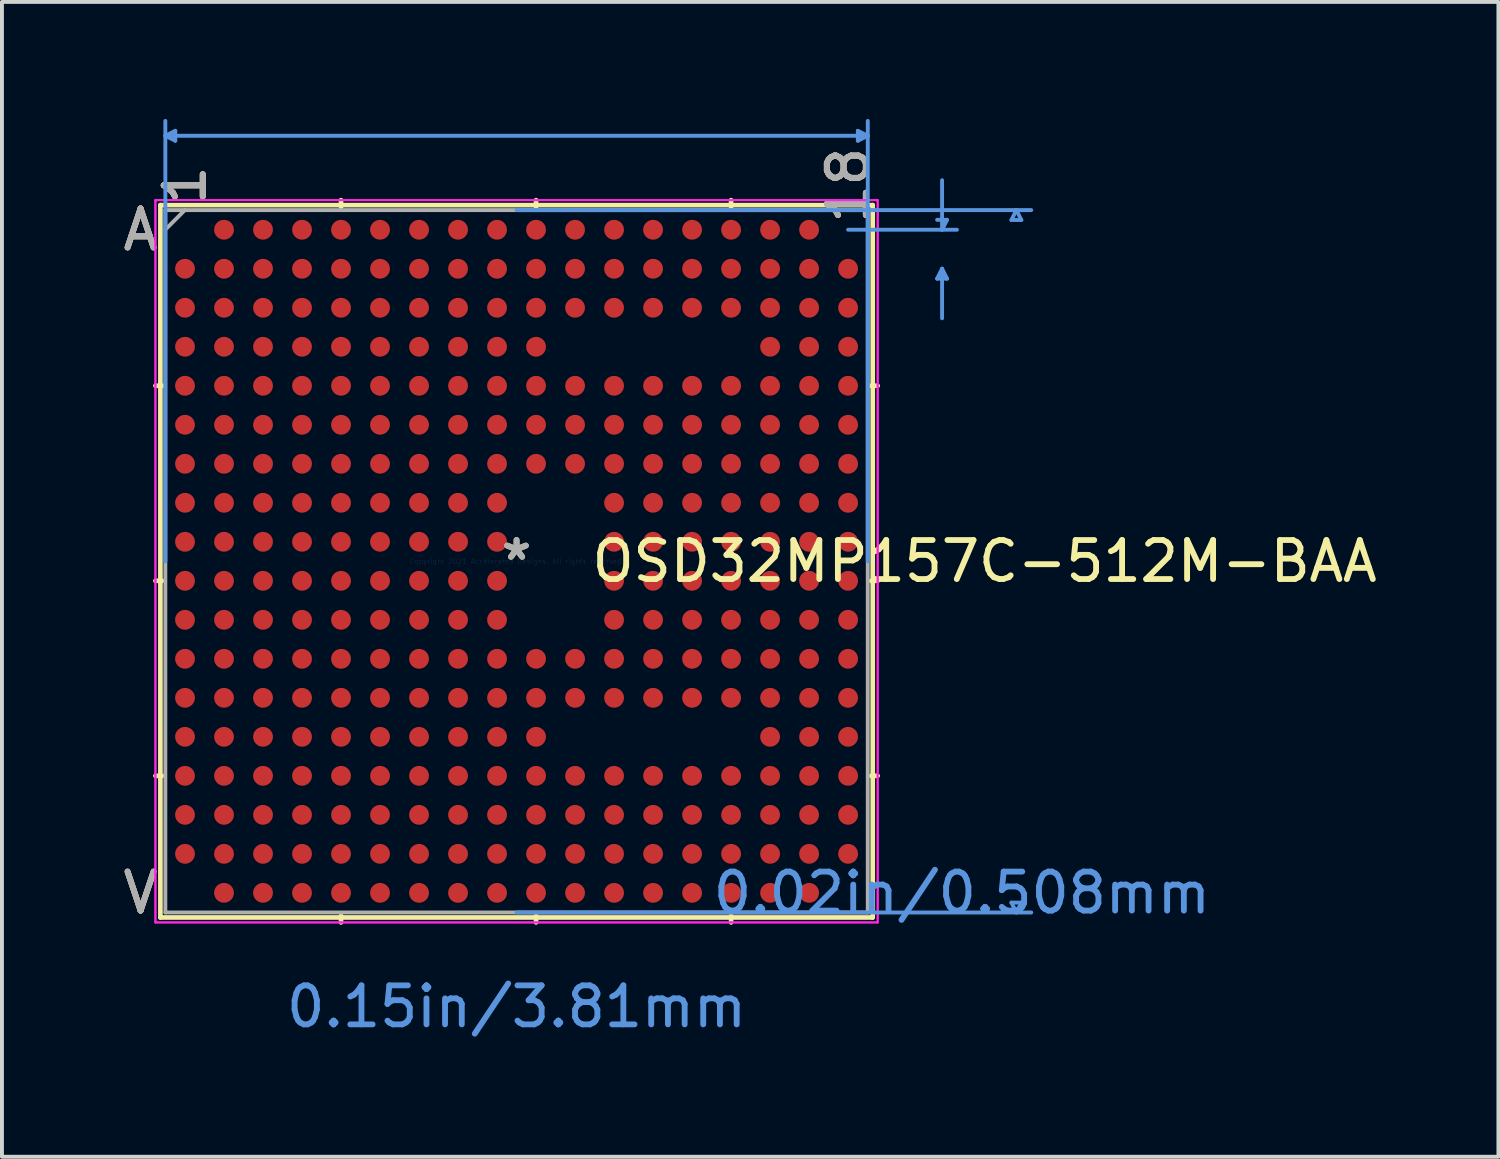
<source format=kicad_pcb>
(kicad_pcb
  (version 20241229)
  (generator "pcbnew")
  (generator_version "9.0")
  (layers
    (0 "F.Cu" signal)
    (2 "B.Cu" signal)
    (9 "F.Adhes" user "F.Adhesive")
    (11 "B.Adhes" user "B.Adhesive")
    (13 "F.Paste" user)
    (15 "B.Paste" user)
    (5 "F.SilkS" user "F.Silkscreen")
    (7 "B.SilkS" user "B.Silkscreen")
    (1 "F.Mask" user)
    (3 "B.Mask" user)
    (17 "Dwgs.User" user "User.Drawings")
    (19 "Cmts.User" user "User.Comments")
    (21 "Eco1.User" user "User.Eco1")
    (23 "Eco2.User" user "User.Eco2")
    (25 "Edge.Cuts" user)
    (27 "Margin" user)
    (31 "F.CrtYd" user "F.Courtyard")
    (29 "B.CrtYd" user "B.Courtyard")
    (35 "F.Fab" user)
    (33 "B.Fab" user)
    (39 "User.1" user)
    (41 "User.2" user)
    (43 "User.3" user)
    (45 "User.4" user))
  (footprint "OSD32MP157C-512M-BAA"
    (layer "F.Cu")
    (at 10.193 11.34)
    (property "Reference" "OSD32MP157C-512M-BAA" (at 12 0 0) (layer "F.SilkS") (effects (font (size 1 1) (thickness 0.15))))
    (attr through_hole)
    (fp_line (start -9.131 -9.131) (end -9.131 9.131) (stroke (width 0.12) (type solid)) (layer "F.SilkS"))
    (fp_line (start -9.131 9.131) (end 9.131 9.131) (stroke (width 0.12) (type solid)) (layer "F.SilkS"))
    (fp_line (start -9.087 -4.5) (end -9.258 -4.5) (stroke (width 0.12) (type solid)) (layer "F.SilkS"))
    (fp_line (start -9.087 0.5) (end -9.258 0.5) (stroke (width 0.12) (type solid)) (layer "F.SilkS"))
    (fp_line (start -9.087 5.5) (end -9.258 5.5) (stroke (width 0.12) (type solid)) (layer "F.SilkS"))
    (fp_line (start -4.5 -9.087) (end -4.5 -9.258) (stroke (width 0.12) (type solid)) (layer "F.SilkS"))
    (fp_line (start -4.5 9.087) (end -4.5 9.258) (stroke (width 0.12) (type solid)) (layer "F.SilkS"))
    (fp_line (start 0.5 -9.087) (end 0.5 -9.258) (stroke (width 0.12) (type solid)) (layer "F.SilkS"))
    (fp_line (start 0.5 9.087) (end 0.5 9.258) (stroke (width 0.12) (type solid)) (layer "F.SilkS"))
    (fp_line (start 5.5 -9.087) (end 5.5 -9.258) (stroke (width 0.12) (type solid)) (layer "F.SilkS"))
    (fp_line (start 5.5 9.087) (end 5.5 9.258) (stroke (width 0.12) (type solid)) (layer "F.SilkS"))
    (fp_line (start 9.087 -4.5) (end 9.258 -4.5) (stroke (width 0.12) (type solid)) (layer "F.SilkS"))
    (fp_line (start 9.087 0.5) (end 9.258 0.5) (stroke (width 0.12) (type solid)) (layer "F.SilkS"))
    (fp_line (start 9.087 5.5) (end 9.258 5.5) (stroke (width 0.12) (type solid)) (layer "F.SilkS"))
    (fp_line (start 9.131 -9.131) (end -9.131 -9.131) (stroke (width 0.12) (type solid)) (layer "F.SilkS"))
    (fp_line (start 9.131 9.131) (end 9.131 -9.131) (stroke (width 0.12) (type solid)) (layer "F.SilkS"))
    (fp_line (start -9.004 -10.909) (end -8.75 -11.036) (stroke (width 0.1) (type solid)) (layer "Cmts.User"))
    (fp_line (start -9.004 -10.909) (end -8.75 -10.782) (stroke (width 0.1) (type solid)) (layer "Cmts.User"))
    (fp_line (start -9.004 -10.909) (end 9.004 -10.909) (stroke (width 0.1) (type solid)) (layer "Cmts.User"))
    (fp_line (start -9.004 0) (end -9.004 -11.29) (stroke (width 0.1) (type solid)) (layer "Cmts.User"))
    (fp_line (start -8.75 -11.036) (end -8.75 -10.782) (stroke (width 0.1) (type solid)) (layer "Cmts.User"))
    (fp_line (start 0 -9.004) (end 13.195 -9.004) (stroke (width 0.1) (type solid)) (layer "Cmts.User"))
    (fp_line (start 0 9.004) (end 13.195 9.004) (stroke (width 0.1) (type solid)) (layer "Cmts.User"))
    (fp_line (start 8.5 -8.5) (end 11.29 -8.5) (stroke (width 0.1) (type solid)) (layer "Cmts.User"))
    (fp_line (start 8.75 -11.036) (end 8.75 -10.782) (stroke (width 0.1) (type solid)) (layer "Cmts.User"))
    (fp_line (start 9.004 -10.909) (end 8.75 -11.036) (stroke (width 0.1) (type solid)) (layer "Cmts.User"))
    (fp_line (start 9.004 -10.909) (end 8.75 -10.782) (stroke (width 0.1) (type solid)) (layer "Cmts.User"))
    (fp_line (start 9.004 0) (end 9.004 -11.29) (stroke (width 0.1) (type solid)) (layer "Cmts.User"))
    (fp_line (start 10.782 -8.754) (end 11.036 -8.754) (stroke (width 0.1) (type solid)) (layer "Cmts.User"))
    (fp_line (start 10.782 -7.246) (end 11.036 -7.246) (stroke (width 0.1) (type solid)) (layer "Cmts.User"))
    (fp_line (start 10.909 -8.5) (end 10.909 -9.77) (stroke (width 0.1) (type solid)) (layer "Cmts.User"))
    (fp_line (start 10.909 -8.5) (end 11.036 -8.754) (stroke (width 0.1) (type solid)) (layer "Cmts.User"))
    (fp_line (start 10.909 -7.5) (end 10.782 -7.246) (stroke (width 0.1) (type solid)) (layer "Cmts.User"))
    (fp_line (start 10.909 -7.5) (end 10.909 -6.23) (stroke (width 0.1) (type solid)) (layer "Cmts.User"))
    (fp_line (start 10.909 -7.5) (end 11.036 -7.246) (stroke (width 0.1) (type solid)) (layer "Cmts.User"))
    (fp_line (start 12.687 -8.75) (end 12.941 -8.75) (stroke (width 0.1) (type solid)) (layer "Cmts.User"))
    (fp_line (start 12.687 8.75) (end 12.941 8.75) (stroke (width 0.1) (type solid)) (layer "Cmts.User"))
    (fp_line (start 12.814 -9.004) (end 12.687 -8.75) (stroke (width 0.1) (type solid)) (layer "Cmts.User"))
    (fp_line (start 12.814 -9.004) (end 12.941 -8.75) (stroke (width 0.1) (type solid)) (layer "Cmts.User"))
    (fp_line (start 12.814 9.004) (end 12.687 8.75) (stroke (width 0.1) (type solid)) (layer "Cmts.User"))
    (fp_line (start 12.814 9.004) (end 12.941 8.75) (stroke (width 0.1) (type solid)) (layer "Cmts.User"))
    (fp_line (start -9.258 -9.258) (end 9.258 -9.258) (stroke (width 0.05) (type solid)) (layer "F.CrtYd"))
    (fp_line (start -9.258 -9.258) (end 9.258 -9.258) (stroke (width 0.05) (type solid)) (layer "F.CrtYd"))
    (fp_line (start -9.258 9.258) (end -9.258 -9.258) (stroke (width 0.05) (type solid)) (layer "F.CrtYd"))
    (fp_line (start -9.258 9.258) (end -9.258 -9.258) (stroke (width 0.05) (type solid)) (layer "F.CrtYd"))
    (fp_line (start 9.258 -9.258) (end 9.258 9.258) (stroke (width 0.05) (type solid)) (layer "F.CrtYd"))
    (fp_line (start 9.258 -9.258) (end 9.258 9.258) (stroke (width 0.05) (type solid)) (layer "F.CrtYd"))
    (fp_line (start 9.258 9.258) (end -9.258 9.258) (stroke (width 0.05) (type solid)) (layer "F.CrtYd"))
    (fp_line (start 9.258 9.258) (end -9.258 9.258) (stroke (width 0.05) (type solid)) (layer "F.CrtYd"))
    (fp_line (start -9.004 -9.004) (end -9.004 9.004) (stroke (width 0.1) (type solid)) (layer "F.Fab"))
    (fp_line (start -9.004 9.004) (end 9.004 9.004) (stroke (width 0.1) (type solid)) (layer "F.Fab"))
    (fp_line (start -8.504 -9.004) (end -9.004 -8.504) (stroke (width 0.1) (type solid)) (layer "F.Fab"))
    (fp_line (start 9.004 -9.004) (end -9.004 -9.004) (stroke (width 0.1) (type solid)) (layer "F.Fab"))
    (fp_line (start 9.004 9.004) (end 9.004 -9.004) (stroke (width 0.1) (type solid)) (layer "F.Fab"))
    (fp_text user "V" (at -9.639 8.5 0) (layer "F.SilkS") (effects (font (size 1 1) (thickness 0.15))))
    (fp_text user "1" (at -8.5 -9.639 90) (layer "F.SilkS") (effects (font (size 1 1) (thickness 0.15))))
    (fp_text user "A" (at -9.639 -8.5 0) (layer "F.SilkS") (effects (font (size 1 1) (thickness 0.15))))
    (fp_text user "18" (at 8.5 -9.639 90) (layer "F.SilkS") (effects (font (size 1 1) (thickness 0.15))))
    (fp_text user "*" (at 0 0 0) (layer "F.SilkS") (effects (font (size 1 1) (thickness 0.15))))
    (fp_text user "A" (at -9.639 -8.5 0) (layer "B.SilkS") (effects (font (size 1 1) (thickness 0.15))))
    (fp_text user "V" (at -9.639 8.5 0) (layer "B.SilkS") (effects (font (size 1 1) (thickness 0.15))))
    (fp_text user "18" (at 8.5 -9.639 90) (layer "B.SilkS") (effects (font (size 1 1) (thickness 0.15))))
    (fp_text user "1" (at -8.5 -9.639 90) (layer "B.SilkS") (effects (font (size 1 1) (thickness 0.15))))
    (fp_text user "0.02in/0.508mm" (at 11.417 8.5 0) (layer "Cmts.User") (effects (font (size 1 1) (thickness 0.15))))
    (fp_text user "Copyright 2021 Accelerated Designs. All rights reserved." (at 0 0 0) (layer "Cmts.User") (effects (font (size 0.127 0.127) (thickness 0.002))))
    (fp_text user "0.15in/3.81mm" (at 0 11.417 0) (layer "Cmts.User") (effects (font (size 1 1) (thickness 0.15))))
    (fp_text user "1" (at -8.5 -9.639 90) (layer "F.Fab") (effects (font (size 1 1) (thickness 0.15))))
    (fp_text user "V" (at -9.639 8.5 0) (layer "F.Fab") (effects (font (size 1 1) (thickness 0.15))))
    (fp_text user "*" (at 0 0 0) (layer "F.Fab") (effects (font (size 1 1) (thickness 0.15))))
    (fp_text user "A" (at -9.639 -8.5 0) (layer "F.Fab") (effects (font (size 1 1) (thickness 0.15))))
    (fp_text user "18" (at 8.5 -9.639 90) (layer "F.Fab") (effects (font (size 1 1) (thickness 0.15))))
    (pad "A2" smd circle (at -7.5 -8.5) (size 0.508 0.508) (layers "F.Cu" "F.Mask" "F.Paste"))
    (pad "A3" smd circle (at -6.5 -8.5) (size 0.508 0.508) (layers "F.Cu" "F.Mask" "F.Paste"))
    (pad "A4" smd circle (at -5.5 -8.5) (size 0.508 0.508) (layers "F.Cu" "F.Mask" "F.Paste"))
    (pad "A5" smd circle (at -4.5 -8.5) (size 0.508 0.508) (layers "F.Cu" "F.Mask" "F.Paste"))
    (pad "A6" smd circle (at -3.5 -8.5) (size 0.508 0.508) (layers "F.Cu" "F.Mask" "F.Paste"))
    (pad "A7" smd circle (at -2.5 -8.5) (size 0.508 0.508) (layers "F.Cu" "F.Mask" "F.Paste"))
    (pad "A8" smd circle (at -1.5 -8.5) (size 0.508 0.508) (layers "F.Cu" "F.Mask" "F.Paste"))
    (pad "A9" smd circle (at -0.5 -8.5) (size 0.508 0.508) (layers "F.Cu" "F.Mask" "F.Paste"))
    (pad "A10" smd circle (at 0.5 -8.5) (size 0.508 0.508) (layers "F.Cu" "F.Mask" "F.Paste"))
    (pad "A11" smd circle (at 1.5 -8.5) (size 0.508 0.508) (layers "F.Cu" "F.Mask" "F.Paste"))
    (pad "A12" smd circle (at 2.5 -8.5) (size 0.508 0.508) (layers "F.Cu" "F.Mask" "F.Paste"))
    (pad "A13" smd circle (at 3.5 -8.5) (size 0.508 0.508) (layers "F.Cu" "F.Mask" "F.Paste"))
    (pad "A14" smd circle (at 4.5 -8.5) (size 0.508 0.508) (layers "F.Cu" "F.Mask" "F.Paste"))
    (pad "A15" smd circle (at 5.5 -8.5) (size 0.508 0.508) (layers "F.Cu" "F.Mask" "F.Paste"))
    (pad "A16" smd circle (at 6.5 -8.5) (size 0.508 0.508) (layers "F.Cu" "F.Mask" "F.Paste"))
    (pad "A17" smd circle (at 7.5 -8.5) (size 0.508 0.508) (layers "F.Cu" "F.Mask" "F.Paste"))
    (pad "B1" smd circle (at -8.5 -7.5) (size 0.508 0.508) (layers "F.Cu" "F.Mask" "F.Paste"))
    (pad "B2" smd circle (at -7.5 -7.5) (size 0.508 0.508) (layers "F.Cu" "F.Mask" "F.Paste"))
    (pad "B3" smd circle (at -6.5 -7.5) (size 0.508 0.508) (layers "F.Cu" "F.Mask" "F.Paste"))
    (pad "B4" smd circle (at -5.5 -7.5) (size 0.508 0.508) (layers "F.Cu" "F.Mask" "F.Paste"))
    (pad "B5" smd circle (at -4.5 -7.5) (size 0.508 0.508) (layers "F.Cu" "F.Mask" "F.Paste"))
    (pad "B6" smd circle (at -3.5 -7.5) (size 0.508 0.508) (layers "F.Cu" "F.Mask" "F.Paste"))
    (pad "B7" smd circle (at -2.5 -7.5) (size 0.508 0.508) (layers "F.Cu" "F.Mask" "F.Paste"))
    (pad "B8" smd circle (at -1.5 -7.5) (size 0.508 0.508) (layers "F.Cu" "F.Mask" "F.Paste"))
    (pad "B9" smd circle (at -0.5 -7.5) (size 0.508 0.508) (layers "F.Cu" "F.Mask" "F.Paste"))
    (pad "B10" smd circle (at 0.5 -7.5) (size 0.508 0.508) (layers "F.Cu" "F.Mask" "F.Paste"))
    (pad "B11" smd circle (at 1.5 -7.5) (size 0.508 0.508) (layers "F.Cu" "F.Mask" "F.Paste"))
    (pad "B12" smd circle (at 2.5 -7.5) (size 0.508 0.508) (layers "F.Cu" "F.Mask" "F.Paste"))
    (pad "B13" smd circle (at 3.5 -7.5) (size 0.508 0.508) (layers "F.Cu" "F.Mask" "F.Paste"))
    (pad "B14" smd circle (at 4.5 -7.5) (size 0.508 0.508) (layers "F.Cu" "F.Mask" "F.Paste"))
    (pad "B15" smd circle (at 5.5 -7.5) (size 0.508 0.508) (layers "F.Cu" "F.Mask" "F.Paste"))
    (pad "B16" smd circle (at 6.5 -7.5) (size 0.508 0.508) (layers "F.Cu" "F.Mask" "F.Paste"))
    (pad "B17" smd circle (at 7.5 -7.5) (size 0.508 0.508) (layers "F.Cu" "F.Mask" "F.Paste"))
    (pad "B18" smd circle (at 8.5 -7.5) (size 0.508 0.508) (layers "F.Cu" "F.Mask" "F.Paste"))
    (pad "C1" smd circle (at -8.5 -6.5) (size 0.508 0.508) (layers "F.Cu" "F.Mask" "F.Paste"))
    (pad "C2" smd circle (at -7.5 -6.5) (size 0.508 0.508) (layers "F.Cu" "F.Mask" "F.Paste"))
    (pad "C3" smd circle (at -6.5 -6.5) (size 0.508 0.508) (layers "F.Cu" "F.Mask" "F.Paste"))
    (pad "C4" smd circle (at -5.5 -6.5) (size 0.508 0.508) (layers "F.Cu" "F.Mask" "F.Paste"))
    (pad "C5" smd circle (at -4.5 -6.5) (size 0.508 0.508) (layers "F.Cu" "F.Mask" "F.Paste"))
    (pad "C6" smd circle (at -3.5 -6.5) (size 0.508 0.508) (layers "F.Cu" "F.Mask" "F.Paste"))
    (pad "C7" smd circle (at -2.5 -6.5) (size 0.508 0.508) (layers "F.Cu" "F.Mask" "F.Paste"))
    (pad "C8" smd circle (at -1.5 -6.5) (size 0.508 0.508) (layers "F.Cu" "F.Mask" "F.Paste"))
    (pad "C9" smd circle (at -0.5 -6.5) (size 0.508 0.508) (layers "F.Cu" "F.Mask" "F.Paste"))
    (pad "C10" smd circle (at 0.5 -6.5) (size 0.508 0.508) (layers "F.Cu" "F.Mask" "F.Paste"))
    (pad "C11" smd circle (at 1.5 -6.5) (size 0.508 0.508) (layers "F.Cu" "F.Mask" "F.Paste"))
    (pad "C12" smd circle (at 2.5 -6.5) (size 0.508 0.508) (layers "F.Cu" "F.Mask" "F.Paste"))
    (pad "C13" smd circle (at 3.5 -6.5) (size 0.508 0.508) (layers "F.Cu" "F.Mask" "F.Paste"))
    (pad "C14" smd circle (at 4.5 -6.5) (size 0.508 0.508) (layers "F.Cu" "F.Mask" "F.Paste"))
    (pad "C15" smd circle (at 5.5 -6.5) (size 0.508 0.508) (layers "F.Cu" "F.Mask" "F.Paste"))
    (pad "C16" smd circle (at 6.5 -6.5) (size 0.508 0.508) (layers "F.Cu" "F.Mask" "F.Paste"))
    (pad "C17" smd circle (at 7.5 -6.5) (size 0.508 0.508) (layers "F.Cu" "F.Mask" "F.Paste"))
    (pad "C18" smd circle (at 8.5 -6.5) (size 0.508 0.508) (layers "F.Cu" "F.Mask" "F.Paste"))
    (pad "D1" smd circle (at -8.5 -5.5) (size 0.508 0.508) (layers "F.Cu" "F.Mask" "F.Paste"))
    (pad "D2" smd circle (at -7.5 -5.5) (size 0.508 0.508) (layers "F.Cu" "F.Mask" "F.Paste"))
    (pad "D3" smd circle (at -6.5 -5.5) (size 0.508 0.508) (layers "F.Cu" "F.Mask" "F.Paste"))
    (pad "D4" smd circle (at -5.5 -5.5) (size 0.508 0.508) (layers "F.Cu" "F.Mask" "F.Paste"))
    (pad "D5" smd circle (at -4.5 -5.5) (size 0.508 0.508) (layers "F.Cu" "F.Mask" "F.Paste"))
    (pad "D6" smd circle (at -3.5 -5.5) (size 0.508 0.508) (layers "F.Cu" "F.Mask" "F.Paste"))
    (pad "D7" smd circle (at -2.5 -5.5) (size 0.508 0.508) (layers "F.Cu" "F.Mask" "F.Paste"))
    (pad "D8" smd circle (at -1.5 -5.5) (size 0.508 0.508) (layers "F.Cu" "F.Mask" "F.Paste"))
    (pad "D9" smd circle (at -0.5 -5.5) (size 0.508 0.508) (layers "F.Cu" "F.Mask" "F.Paste"))
    (pad "D10" smd circle (at 0.5 -5.5) (size 0.508 0.508) (layers "F.Cu" "F.Mask" "F.Paste"))
    (pad "D16" smd circle (at 6.5 -5.5) (size 0.508 0.508) (layers "F.Cu" "F.Mask" "F.Paste"))
    (pad "D17" smd circle (at 7.5 -5.5) (size 0.508 0.508) (layers "F.Cu" "F.Mask" "F.Paste"))
    (pad "D18" smd circle (at 8.5 -5.5) (size 0.508 0.508) (layers "F.Cu" "F.Mask" "F.Paste"))
    (pad "E1" smd circle (at -8.5 -4.5) (size 0.508 0.508) (layers "F.Cu" "F.Mask" "F.Paste"))
    (pad "E2" smd circle (at -7.5 -4.5) (size 0.508 0.508) (layers "F.Cu" "F.Mask" "F.Paste"))
    (pad "E3" smd circle (at -6.5 -4.5) (size 0.508 0.508) (layers "F.Cu" "F.Mask" "F.Paste"))
    (pad "E4" smd circle (at -5.5 -4.5) (size 0.508 0.508) (layers "F.Cu" "F.Mask" "F.Paste"))
    (pad "E5" smd circle (at -4.5 -4.5) (size 0.508 0.508) (layers "F.Cu" "F.Mask" "F.Paste"))
    (pad "E6" smd circle (at -3.5 -4.5) (size 0.508 0.508) (layers "F.Cu" "F.Mask" "F.Paste"))
    (pad "E7" smd circle (at -2.5 -4.5) (size 0.508 0.508) (layers "F.Cu" "F.Mask" "F.Paste"))
    (pad "E8" smd circle (at -1.5 -4.5) (size 0.508 0.508) (layers "F.Cu" "F.Mask" "F.Paste"))
    (pad "E9" smd circle (at -0.5 -4.5) (size 0.508 0.508) (layers "F.Cu" "F.Mask" "F.Paste"))
    (pad "E10" smd circle (at 0.5 -4.5) (size 0.508 0.508) (layers "F.Cu" "F.Mask" "F.Paste"))
    (pad "E11" smd circle (at 1.5 -4.5) (size 0.508 0.508) (layers "F.Cu" "F.Mask" "F.Paste"))
    (pad "E12" smd circle (at 2.5 -4.5) (size 0.508 0.508) (layers "F.Cu" "F.Mask" "F.Paste"))
    (pad "E13" smd circle (at 3.5 -4.5) (size 0.508 0.508) (layers "F.Cu" "F.Mask" "F.Paste"))
    (pad "E14" smd circle (at 4.5 -4.5) (size 0.508 0.508) (layers "F.Cu" "F.Mask" "F.Paste"))
    (pad "E15" smd circle (at 5.5 -4.5) (size 0.508 0.508) (layers "F.Cu" "F.Mask" "F.Paste"))
    (pad "E16" smd circle (at 6.5 -4.5) (size 0.508 0.508) (layers "F.Cu" "F.Mask" "F.Paste"))
    (pad "E17" smd circle (at 7.5 -4.5) (size 0.508 0.508) (layers "F.Cu" "F.Mask" "F.Paste"))
    (pad "E18" smd circle (at 8.5 -4.5) (size 0.508 0.508) (layers "F.Cu" "F.Mask" "F.Paste"))
    (pad "F1" smd circle (at -8.5 -3.5) (size 0.508 0.508) (layers "F.Cu" "F.Mask" "F.Paste"))
    (pad "F2" smd circle (at -7.5 -3.5) (size 0.508 0.508) (layers "F.Cu" "F.Mask" "F.Paste"))
    (pad "F3" smd circle (at -6.5 -3.5) (size 0.508 0.508) (layers "F.Cu" "F.Mask" "F.Paste"))
    (pad "F4" smd circle (at -5.5 -3.5) (size 0.508 0.508) (layers "F.Cu" "F.Mask" "F.Paste"))
    (pad "F5" smd circle (at -4.5 -3.5) (size 0.508 0.508) (layers "F.Cu" "F.Mask" "F.Paste"))
    (pad "F6" smd circle (at -3.5 -3.5) (size 0.508 0.508) (layers "F.Cu" "F.Mask" "F.Paste"))
    (pad "F7" smd circle (at -2.5 -3.5) (size 0.508 0.508) (layers "F.Cu" "F.Mask" "F.Paste"))
    (pad "F8" smd circle (at -1.5 -3.5) (size 0.508 0.508) (layers "F.Cu" "F.Mask" "F.Paste"))
    (pad "F9" smd circle (at -0.5 -3.5) (size 0.508 0.508) (layers "F.Cu" "F.Mask" "F.Paste"))
    (pad "F10" smd circle (at 0.5 -3.5) (size 0.508 0.508) (layers "F.Cu" "F.Mask" "F.Paste"))
    (pad "F11" smd circle (at 1.5 -3.5) (size 0.508 0.508) (layers "F.Cu" "F.Mask" "F.Paste"))
    (pad "F12" smd circle (at 2.5 -3.5) (size 0.508 0.508) (layers "F.Cu" "F.Mask" "F.Paste"))
    (pad "F13" smd circle (at 3.5 -3.5) (size 0.508 0.508) (layers "F.Cu" "F.Mask" "F.Paste"))
    (pad "F14" smd circle (at 4.5 -3.5) (size 0.508 0.508) (layers "F.Cu" "F.Mask" "F.Paste"))
    (pad "F15" smd circle (at 5.5 -3.5) (size 0.508 0.508) (layers "F.Cu" "F.Mask" "F.Paste"))
    (pad "F16" smd circle (at 6.5 -3.5) (size 0.508 0.508) (layers "F.Cu" "F.Mask" "F.Paste"))
    (pad "F17" smd circle (at 7.5 -3.5) (size 0.508 0.508) (layers "F.Cu" "F.Mask" "F.Paste"))
    (pad "F18" smd circle (at 8.5 -3.5) (size 0.508 0.508) (layers "F.Cu" "F.Mask" "F.Paste"))
    (pad "G1" smd circle (at -8.5 -2.5) (size 0.508 0.508) (layers "F.Cu" "F.Mask" "F.Paste"))
    (pad "G2" smd circle (at -7.5 -2.5) (size 0.508 0.508) (layers "F.Cu" "F.Mask" "F.Paste"))
    (pad "G3" smd circle (at -6.5 -2.5) (size 0.508 0.508) (layers "F.Cu" "F.Mask" "F.Paste"))
    (pad "G4" smd circle (at -5.5 -2.5) (size 0.508 0.508) (layers "F.Cu" "F.Mask" "F.Paste"))
    (pad "G5" smd circle (at -4.5 -2.5) (size 0.508 0.508) (layers "F.Cu" "F.Mask" "F.Paste"))
    (pad "G6" smd circle (at -3.5 -2.5) (size 0.508 0.508) (layers "F.Cu" "F.Mask" "F.Paste"))
    (pad "G7" smd circle (at -2.5 -2.5) (size 0.508 0.508) (layers "F.Cu" "F.Mask" "F.Paste"))
    (pad "G8" smd circle (at -1.5 -2.5) (size 0.508 0.508) (layers "F.Cu" "F.Mask" "F.Paste"))
    (pad "G9" smd circle (at -0.5 -2.5) (size 0.508 0.508) (layers "F.Cu" "F.Mask" "F.Paste"))
    (pad "G10" smd circle (at 0.5 -2.5) (size 0.508 0.508) (layers "F.Cu" "F.Mask" "F.Paste"))
    (pad "G11" smd circle (at 1.5 -2.5) (size 0.508 0.508) (layers "F.Cu" "F.Mask" "F.Paste"))
    (pad "G12" smd circle (at 2.5 -2.5) (size 0.508 0.508) (layers "F.Cu" "F.Mask" "F.Paste"))
    (pad "G13" smd circle (at 3.5 -2.5) (size 0.508 0.508) (layers "F.Cu" "F.Mask" "F.Paste"))
    (pad "G14" smd circle (at 4.5 -2.5) (size 0.508 0.508) (layers "F.Cu" "F.Mask" "F.Paste"))
    (pad "G15" smd circle (at 5.5 -2.5) (size 0.508 0.508) (layers "F.Cu" "F.Mask" "F.Paste"))
    (pad "G16" smd circle (at 6.5 -2.5) (size 0.508 0.508) (layers "F.Cu" "F.Mask" "F.Paste"))
    (pad "G17" smd circle (at 7.5 -2.5) (size 0.508 0.508) (layers "F.Cu" "F.Mask" "F.Paste"))
    (pad "G18" smd circle (at 8.5 -2.5) (size 0.508 0.508) (layers "F.Cu" "F.Mask" "F.Paste"))
    (pad "H1" smd circle (at -8.5 -1.5) (size 0.508 0.508) (layers "F.Cu" "F.Mask" "F.Paste"))
    (pad "H2" smd circle (at -7.5 -1.5) (size 0.508 0.508) (layers "F.Cu" "F.Mask" "F.Paste"))
    (pad "H3" smd circle (at -6.5 -1.5) (size 0.508 0.508) (layers "F.Cu" "F.Mask" "F.Paste"))
    (pad "H4" smd circle (at -5.5 -1.5) (size 0.508 0.508) (layers "F.Cu" "F.Mask" "F.Paste"))
    (pad "H5" smd circle (at -4.5 -1.5) (size 0.508 0.508) (layers "F.Cu" "F.Mask" "F.Paste"))
    (pad "H6" smd circle (at -3.5 -1.5) (size 0.508 0.508) (layers "F.Cu" "F.Mask" "F.Paste"))
    (pad "H7" smd circle (at -2.5 -1.5) (size 0.508 0.508) (layers "F.Cu" "F.Mask" "F.Paste"))
    (pad "H8" smd circle (at -1.5 -1.5) (size 0.508 0.508) (layers "F.Cu" "F.Mask" "F.Paste"))
    (pad "H9" smd circle (at -0.5 -1.5) (size 0.508 0.508) (layers "F.Cu" "F.Mask" "F.Paste"))
    (pad "H12" smd circle (at 2.5 -1.5) (size 0.508 0.508) (layers "F.Cu" "F.Mask" "F.Paste"))
    (pad "H13" smd circle (at 3.5 -1.5) (size 0.508 0.508) (layers "F.Cu" "F.Mask" "F.Paste"))
    (pad "H14" smd circle (at 4.5 -1.5) (size 0.508 0.508) (layers "F.Cu" "F.Mask" "F.Paste"))
    (pad "H15" smd circle (at 5.5 -1.5) (size 0.508 0.508) (layers "F.Cu" "F.Mask" "F.Paste"))
    (pad "H16" smd circle (at 6.5 -1.5) (size 0.508 0.508) (layers "F.Cu" "F.Mask" "F.Paste"))
    (pad "H17" smd circle (at 7.5 -1.5) (size 0.508 0.508) (layers "F.Cu" "F.Mask" "F.Paste"))
    (pad "H18" smd circle (at 8.5 -1.5) (size 0.508 0.508) (layers "F.Cu" "F.Mask" "F.Paste"))
    (pad "J1" smd circle (at -8.5 -0.5) (size 0.508 0.508) (layers "F.Cu" "F.Mask" "F.Paste"))
    (pad "J2" smd circle (at -7.5 -0.5) (size 0.508 0.508) (layers "F.Cu" "F.Mask" "F.Paste"))
    (pad "J3" smd circle (at -6.5 -0.5) (size 0.508 0.508) (layers "F.Cu" "F.Mask" "F.Paste"))
    (pad "J4" smd circle (at -5.5 -0.5) (size 0.508 0.508) (layers "F.Cu" "F.Mask" "F.Paste"))
    (pad "J5" smd circle (at -4.5 -0.5) (size 0.508 0.508) (layers "F.Cu" "F.Mask" "F.Paste"))
    (pad "J6" smd circle (at -3.5 -0.5) (size 0.508 0.508) (layers "F.Cu" "F.Mask" "F.Paste"))
    (pad "J7" smd circle (at -2.5 -0.5) (size 0.508 0.508) (layers "F.Cu" "F.Mask" "F.Paste"))
    (pad "J8" smd circle (at -1.5 -0.5) (size 0.508 0.508) (layers "F.Cu" "F.Mask" "F.Paste"))
    (pad "J9" smd circle (at -0.5 -0.5) (size 0.508 0.508) (layers "F.Cu" "F.Mask" "F.Paste"))
    (pad "J12" smd circle (at 2.5 -0.5) (size 0.508 0.508) (layers "F.Cu" "F.Mask" "F.Paste"))
    (pad "J13" smd circle (at 3.5 -0.5) (size 0.508 0.508) (layers "F.Cu" "F.Mask" "F.Paste"))
    (pad "J14" smd circle (at 4.5 -0.5) (size 0.508 0.508) (layers "F.Cu" "F.Mask" "F.Paste"))
    (pad "J15" smd circle (at 5.5 -0.5) (size 0.508 0.508) (layers "F.Cu" "F.Mask" "F.Paste"))
    (pad "J16" smd circle (at 6.5 -0.5) (size 0.508 0.508) (layers "F.Cu" "F.Mask" "F.Paste"))
    (pad "J17" smd circle (at 7.5 -0.5) (size 0.508 0.508) (layers "F.Cu" "F.Mask" "F.Paste"))
    (pad "J18" smd circle (at 8.5 -0.5) (size 0.508 0.508) (layers "F.Cu" "F.Mask" "F.Paste"))
    (pad "K1" smd circle (at -8.5 0.5) (size 0.508 0.508) (layers "F.Cu" "F.Mask" "F.Paste"))
    (pad "K2" smd circle (at -7.5 0.5) (size 0.508 0.508) (layers "F.Cu" "F.Mask" "F.Paste"))
    (pad "K3" smd circle (at -6.5 0.5) (size 0.508 0.508) (layers "F.Cu" "F.Mask" "F.Paste"))
    (pad "K4" smd circle (at -5.5 0.5) (size 0.508 0.508) (layers "F.Cu" "F.Mask" "F.Paste"))
    (pad "K5" smd circle (at -4.5 0.5) (size 0.508 0.508) (layers "F.Cu" "F.Mask" "F.Paste"))
    (pad "K6" smd circle (at -3.5 0.5) (size 0.508 0.508) (layers "F.Cu" "F.Mask" "F.Paste"))
    (pad "K7" smd circle (at -2.5 0.5) (size 0.508 0.508) (layers "F.Cu" "F.Mask" "F.Paste"))
    (pad "K8" smd circle (at -1.5 0.5) (size 0.508 0.508) (layers "F.Cu" "F.Mask" "F.Paste"))
    (pad "K9" smd circle (at -0.5 0.5) (size 0.508 0.508) (layers "F.Cu" "F.Mask" "F.Paste"))
    (pad "K12" smd circle (at 2.5 0.5) (size 0.508 0.508) (layers "F.Cu" "F.Mask" "F.Paste"))
    (pad "K13" smd circle (at 3.5 0.5) (size 0.508 0.508) (layers "F.Cu" "F.Mask" "F.Paste"))
    (pad "K14" smd circle (at 4.5 0.5) (size 0.508 0.508) (layers "F.Cu" "F.Mask" "F.Paste"))
    (pad "K15" smd circle (at 5.5 0.5) (size 0.508 0.508) (layers "F.Cu" "F.Mask" "F.Paste"))
    (pad "K16" smd circle (at 6.5 0.5) (size 0.508 0.508) (layers "F.Cu" "F.Mask" "F.Paste"))
    (pad "K17" smd circle (at 7.5 0.5) (size 0.508 0.508) (layers "F.Cu" "F.Mask" "F.Paste"))
    (pad "K18" smd circle (at 8.5 0.5) (size 0.508 0.508) (layers "F.Cu" "F.Mask" "F.Paste"))
    (pad "L1" smd circle (at -8.5 1.5) (size 0.508 0.508) (layers "F.Cu" "F.Mask" "F.Paste"))
    (pad "L2" smd circle (at -7.5 1.5) (size 0.508 0.508) (layers "F.Cu" "F.Mask" "F.Paste"))
    (pad "L3" smd circle (at -6.5 1.5) (size 0.508 0.508) (layers "F.Cu" "F.Mask" "F.Paste"))
    (pad "L4" smd circle (at -5.5 1.5) (size 0.508 0.508) (layers "F.Cu" "F.Mask" "F.Paste"))
    (pad "L5" smd circle (at -4.5 1.5) (size 0.508 0.508) (layers "F.Cu" "F.Mask" "F.Paste"))
    (pad "L6" smd circle (at -3.5 1.5) (size 0.508 0.508) (layers "F.Cu" "F.Mask" "F.Paste"))
    (pad "L7" smd circle (at -2.5 1.5) (size 0.508 0.508) (layers "F.Cu" "F.Mask" "F.Paste"))
    (pad "L8" smd circle (at -1.5 1.5) (size 0.508 0.508) (layers "F.Cu" "F.Mask" "F.Paste"))
    (pad "L9" smd circle (at -0.5 1.5) (size 0.508 0.508) (layers "F.Cu" "F.Mask" "F.Paste"))
    (pad "L12" smd circle (at 2.5 1.5) (size 0.508 0.508) (layers "F.Cu" "F.Mask" "F.Paste"))
    (pad "L13" smd circle (at 3.5 1.5) (size 0.508 0.508) (layers "F.Cu" "F.Mask" "F.Paste"))
    (pad "L14" smd circle (at 4.5 1.5) (size 0.508 0.508) (layers "F.Cu" "F.Mask" "F.Paste"))
    (pad "L15" smd circle (at 5.5 1.5) (size 0.508 0.508) (layers "F.Cu" "F.Mask" "F.Paste"))
    (pad "L16" smd circle (at 6.5 1.5) (size 0.508 0.508) (layers "F.Cu" "F.Mask" "F.Paste"))
    (pad "L17" smd circle (at 7.5 1.5) (size 0.508 0.508) (layers "F.Cu" "F.Mask" "F.Paste"))
    (pad "L18" smd circle (at 8.5 1.5) (size 0.508 0.508) (layers "F.Cu" "F.Mask" "F.Paste"))
    (pad "M1" smd circle (at -8.5 2.5) (size 0.508 0.508) (layers "F.Cu" "F.Mask" "F.Paste"))
    (pad "M2" smd circle (at -7.5 2.5) (size 0.508 0.508) (layers "F.Cu" "F.Mask" "F.Paste"))
    (pad "M3" smd circle (at -6.5 2.5) (size 0.508 0.508) (layers "F.Cu" "F.Mask" "F.Paste"))
    (pad "M4" smd circle (at -5.5 2.5) (size 0.508 0.508) (layers "F.Cu" "F.Mask" "F.Paste"))
    (pad "M5" smd circle (at -4.5 2.5) (size 0.508 0.508) (layers "F.Cu" "F.Mask" "F.Paste"))
    (pad "M6" smd circle (at -3.5 2.5) (size 0.508 0.508) (layers "F.Cu" "F.Mask" "F.Paste"))
    (pad "M7" smd circle (at -2.5 2.5) (size 0.508 0.508) (layers "F.Cu" "F.Mask" "F.Paste"))
    (pad "M8" smd circle (at -1.5 2.5) (size 0.508 0.508) (layers "F.Cu" "F.Mask" "F.Paste"))
    (pad "M9" smd circle (at -0.5 2.5) (size 0.508 0.508) (layers "F.Cu" "F.Mask" "F.Paste"))
    (pad "M10" smd circle (at 0.5 2.5) (size 0.508 0.508) (layers "F.Cu" "F.Mask" "F.Paste"))
    (pad "M11" smd circle (at 1.5 2.5) (size 0.508 0.508) (layers "F.Cu" "F.Mask" "F.Paste"))
    (pad "M12" smd circle (at 2.5 2.5) (size 0.508 0.508) (layers "F.Cu" "F.Mask" "F.Paste"))
    (pad "M13" smd circle (at 3.5 2.5) (size 0.508 0.508) (layers "F.Cu" "F.Mask" "F.Paste"))
    (pad "M14" smd circle (at 4.5 2.5) (size 0.508 0.508) (layers "F.Cu" "F.Mask" "F.Paste"))
    (pad "M15" smd circle (at 5.5 2.5) (size 0.508 0.508) (layers "F.Cu" "F.Mask" "F.Paste"))
    (pad "M16" smd circle (at 6.5 2.5) (size 0.508 0.508) (layers "F.Cu" "F.Mask" "F.Paste"))
    (pad "M17" smd circle (at 7.5 2.5) (size 0.508 0.508) (layers "F.Cu" "F.Mask" "F.Paste"))
    (pad "M18" smd circle (at 8.5 2.5) (size 0.508 0.508) (layers "F.Cu" "F.Mask" "F.Paste"))
    (pad "N1" smd circle (at -8.5 3.5) (size 0.508 0.508) (layers "F.Cu" "F.Mask" "F.Paste"))
    (pad "N2" smd circle (at -7.5 3.5) (size 0.508 0.508) (layers "F.Cu" "F.Mask" "F.Paste"))
    (pad "N3" smd circle (at -6.5 3.5) (size 0.508 0.508) (layers "F.Cu" "F.Mask" "F.Paste"))
    (pad "N4" smd circle (at -5.5 3.5) (size 0.508 0.508) (layers "F.Cu" "F.Mask" "F.Paste"))
    (pad "N5" smd circle (at -4.5 3.5) (size 0.508 0.508) (layers "F.Cu" "F.Mask" "F.Paste"))
    (pad "N6" smd circle (at -3.5 3.5) (size 0.508 0.508) (layers "F.Cu" "F.Mask" "F.Paste"))
    (pad "N7" smd circle (at -2.5 3.5) (size 0.508 0.508) (layers "F.Cu" "F.Mask" "F.Paste"))
    (pad "N8" smd circle (at -1.5 3.5) (size 0.508 0.508) (layers "F.Cu" "F.Mask" "F.Paste"))
    (pad "N9" smd circle (at -0.5 3.5) (size 0.508 0.508) (layers "F.Cu" "F.Mask" "F.Paste"))
    (pad "N10" smd circle (at 0.5 3.5) (size 0.508 0.508) (layers "F.Cu" "F.Mask" "F.Paste"))
    (pad "N11" smd circle (at 1.5 3.5) (size 0.508 0.508) (layers "F.Cu" "F.Mask" "F.Paste"))
    (pad "N12" smd circle (at 2.5 3.5) (size 0.508 0.508) (layers "F.Cu" "F.Mask" "F.Paste"))
    (pad "N13" smd circle (at 3.5 3.5) (size 0.508 0.508) (layers "F.Cu" "F.Mask" "F.Paste"))
    (pad "N14" smd circle (at 4.5 3.5) (size 0.508 0.508) (layers "F.Cu" "F.Mask" "F.Paste"))
    (pad "N15" smd circle (at 5.5 3.5) (size 0.508 0.508) (layers "F.Cu" "F.Mask" "F.Paste"))
    (pad "N16" smd circle (at 6.5 3.5) (size 0.508 0.508) (layers "F.Cu" "F.Mask" "F.Paste"))
    (pad "N17" smd circle (at 7.5 3.5) (size 0.508 0.508) (layers "F.Cu" "F.Mask" "F.Paste"))
    (pad "N18" smd circle (at 8.5 3.5) (size 0.508 0.508) (layers "F.Cu" "F.Mask" "F.Paste"))
    (pad "P1" smd circle (at -8.5 4.5) (size 0.508 0.508) (layers "F.Cu" "F.Mask" "F.Paste"))
    (pad "P2" smd circle (at -7.5 4.5) (size 0.508 0.508) (layers "F.Cu" "F.Mask" "F.Paste"))
    (pad "P3" smd circle (at -6.5 4.5) (size 0.508 0.508) (layers "F.Cu" "F.Mask" "F.Paste"))
    (pad "P4" smd circle (at -5.5 4.5) (size 0.508 0.508) (layers "F.Cu" "F.Mask" "F.Paste"))
    (pad "P5" smd circle (at -4.5 4.5) (size 0.508 0.508) (layers "F.Cu" "F.Mask" "F.Paste"))
    (pad "P6" smd circle (at -3.5 4.5) (size 0.508 0.508) (layers "F.Cu" "F.Mask" "F.Paste"))
    (pad "P7" smd circle (at -2.5 4.5) (size 0.508 0.508) (layers "F.Cu" "F.Mask" "F.Paste"))
    (pad "P8" smd circle (at -1.5 4.5) (size 0.508 0.508) (layers "F.Cu" "F.Mask" "F.Paste"))
    (pad "P9" smd circle (at -0.5 4.5) (size 0.508 0.508) (layers "F.Cu" "F.Mask" "F.Paste"))
    (pad "P10" smd circle (at 0.5 4.5) (size 0.508 0.508) (layers "F.Cu" "F.Mask" "F.Paste"))
    (pad "P16" smd circle (at 6.5 4.5) (size 0.508 0.508) (layers "F.Cu" "F.Mask" "F.Paste"))
    (pad "P17" smd circle (at 7.5 4.5) (size 0.508 0.508) (layers "F.Cu" "F.Mask" "F.Paste"))
    (pad "P18" smd circle (at 8.5 4.5) (size 0.508 0.508) (layers "F.Cu" "F.Mask" "F.Paste"))
    (pad "R1" smd circle (at -8.5 5.5) (size 0.508 0.508) (layers "F.Cu" "F.Mask" "F.Paste"))
    (pad "R2" smd circle (at -7.5 5.5) (size 0.508 0.508) (layers "F.Cu" "F.Mask" "F.Paste"))
    (pad "R3" smd circle (at -6.5 5.5) (size 0.508 0.508) (layers "F.Cu" "F.Mask" "F.Paste"))
    (pad "R4" smd circle (at -5.5 5.5) (size 0.508 0.508) (layers "F.Cu" "F.Mask" "F.Paste"))
    (pad "R5" smd circle (at -4.5 5.5) (size 0.508 0.508) (layers "F.Cu" "F.Mask" "F.Paste"))
    (pad "R6" smd circle (at -3.5 5.5) (size 0.508 0.508) (layers "F.Cu" "F.Mask" "F.Paste"))
    (pad "R7" smd circle (at -2.5 5.5) (size 0.508 0.508) (layers "F.Cu" "F.Mask" "F.Paste"))
    (pad "R8" smd circle (at -1.5 5.5) (size 0.508 0.508) (layers "F.Cu" "F.Mask" "F.Paste"))
    (pad "R9" smd circle (at -0.5 5.5) (size 0.508 0.508) (layers "F.Cu" "F.Mask" "F.Paste"))
    (pad "R10" smd circle (at 0.5 5.5) (size 0.508 0.508) (layers "F.Cu" "F.Mask" "F.Paste"))
    (pad "R11" smd circle (at 1.5 5.5) (size 0.508 0.508) (layers "F.Cu" "F.Mask" "F.Paste"))
    (pad "R12" smd circle (at 2.5 5.5) (size 0.508 0.508) (layers "F.Cu" "F.Mask" "F.Paste"))
    (pad "R13" smd circle (at 3.5 5.5) (size 0.508 0.508) (layers "F.Cu" "F.Mask" "F.Paste"))
    (pad "R14" smd circle (at 4.5 5.5) (size 0.508 0.508) (layers "F.Cu" "F.Mask" "F.Paste"))
    (pad "R15" smd circle (at 5.5 5.5) (size 0.508 0.508) (layers "F.Cu" "F.Mask" "F.Paste"))
    (pad "R16" smd circle (at 6.5 5.5) (size 0.508 0.508) (layers "F.Cu" "F.Mask" "F.Paste"))
    (pad "R17" smd circle (at 7.5 5.5) (size 0.508 0.508) (layers "F.Cu" "F.Mask" "F.Paste"))
    (pad "R18" smd circle (at 8.5 5.5) (size 0.508 0.508) (layers "F.Cu" "F.Mask" "F.Paste"))
    (pad "T1" smd circle (at -8.5 6.5) (size 0.508 0.508) (layers "F.Cu" "F.Mask" "F.Paste"))
    (pad "T2" smd circle (at -7.5 6.5) (size 0.508 0.508) (layers "F.Cu" "F.Mask" "F.Paste"))
    (pad "T3" smd circle (at -6.5 6.5) (size 0.508 0.508) (layers "F.Cu" "F.Mask" "F.Paste"))
    (pad "T4" smd circle (at -5.5 6.5) (size 0.508 0.508) (layers "F.Cu" "F.Mask" "F.Paste"))
    (pad "T5" smd circle (at -4.5 6.5) (size 0.508 0.508) (layers "F.Cu" "F.Mask" "F.Paste"))
    (pad "T6" smd circle (at -3.5 6.5) (size 0.508 0.508) (layers "F.Cu" "F.Mask" "F.Paste"))
    (pad "T7" smd circle (at -2.5 6.5) (size 0.508 0.508) (layers "F.Cu" "F.Mask" "F.Paste"))
    (pad "T8" smd circle (at -1.5 6.5) (size 0.508 0.508) (layers "F.Cu" "F.Mask" "F.Paste"))
    (pad "T9" smd circle (at -0.5 6.5) (size 0.508 0.508) (layers "F.Cu" "F.Mask" "F.Paste"))
    (pad "T10" smd circle (at 0.5 6.5) (size 0.508 0.508) (layers "F.Cu" "F.Mask" "F.Paste"))
    (pad "T11" smd circle (at 1.5 6.5) (size 0.508 0.508) (layers "F.Cu" "F.Mask" "F.Paste"))
    (pad "T12" smd circle (at 2.5 6.5) (size 0.508 0.508) (layers "F.Cu" "F.Mask" "F.Paste"))
    (pad "T13" smd circle (at 3.5 6.5) (size 0.508 0.508) (layers "F.Cu" "F.Mask" "F.Paste"))
    (pad "T14" smd circle (at 4.5 6.5) (size 0.508 0.508) (layers "F.Cu" "F.Mask" "F.Paste"))
    (pad "T15" smd circle (at 5.5 6.5) (size 0.508 0.508) (layers "F.Cu" "F.Mask" "F.Paste"))
    (pad "T16" smd circle (at 6.5 6.5) (size 0.508 0.508) (layers "F.Cu" "F.Mask" "F.Paste"))
    (pad "T17" smd circle (at 7.5 6.5) (size 0.508 0.508) (layers "F.Cu" "F.Mask" "F.Paste"))
    (pad "T18" smd circle (at 8.5 6.5) (size 0.508 0.508) (layers "F.Cu" "F.Mask" "F.Paste"))
    (pad "U1" smd circle (at -8.5 7.5) (size 0.508 0.508) (layers "F.Cu" "F.Mask" "F.Paste"))
    (pad "U2" smd circle (at -7.5 7.5) (size 0.508 0.508) (layers "F.Cu" "F.Mask" "F.Paste"))
    (pad "U3" smd circle (at -6.5 7.5) (size 0.508 0.508) (layers "F.Cu" "F.Mask" "F.Paste"))
    (pad "U4" smd circle (at -5.5 7.5) (size 0.508 0.508) (layers "F.Cu" "F.Mask" "F.Paste"))
    (pad "U5" smd circle (at -4.5 7.5) (size 0.508 0.508) (layers "F.Cu" "F.Mask" "F.Paste"))
    (pad "U6" smd circle (at -3.5 7.5) (size 0.508 0.508) (layers "F.Cu" "F.Mask" "F.Paste"))
    (pad "U7" smd circle (at -2.5 7.5) (size 0.508 0.508) (layers "F.Cu" "F.Mask" "F.Paste"))
    (pad "U8" smd circle (at -1.5 7.5) (size 0.508 0.508) (layers "F.Cu" "F.Mask" "F.Paste"))
    (pad "U9" smd circle (at -0.5 7.5) (size 0.508 0.508) (layers "F.Cu" "F.Mask" "F.Paste"))
    (pad "U10" smd circle (at 0.5 7.5) (size 0.508 0.508) (layers "F.Cu" "F.Mask" "F.Paste"))
    (pad "U11" smd circle (at 1.5 7.5) (size 0.508 0.508) (layers "F.Cu" "F.Mask" "F.Paste"))
    (pad "U12" smd circle (at 2.5 7.5) (size 0.508 0.508) (layers "F.Cu" "F.Mask" "F.Paste"))
    (pad "U13" smd circle (at 3.5 7.5) (size 0.508 0.508) (layers "F.Cu" "F.Mask" "F.Paste"))
    (pad "U14" smd circle (at 4.5 7.5) (size 0.508 0.508) (layers "F.Cu" "F.Mask" "F.Paste"))
    (pad "U15" smd circle (at 5.5 7.5) (size 0.508 0.508) (layers "F.Cu" "F.Mask" "F.Paste"))
    (pad "U16" smd circle (at 6.5 7.5) (size 0.508 0.508) (layers "F.Cu" "F.Mask" "F.Paste"))
    (pad "U17" smd circle (at 7.5 7.5) (size 0.508 0.508) (layers "F.Cu" "F.Mask" "F.Paste"))
    (pad "U18" smd circle (at 8.5 7.5) (size 0.508 0.508) (layers "F.Cu" "F.Mask" "F.Paste"))
    (pad "V2" smd circle (at -7.5 8.5) (size 0.508 0.508) (layers "F.Cu" "F.Mask" "F.Paste"))
    (pad "V3" smd circle (at -6.5 8.5) (size 0.508 0.508) (layers "F.Cu" "F.Mask" "F.Paste"))
    (pad "V4" smd circle (at -5.5 8.5) (size 0.508 0.508) (layers "F.Cu" "F.Mask" "F.Paste"))
    (pad "V5" smd circle (at -4.5 8.5) (size 0.508 0.508) (layers "F.Cu" "F.Mask" "F.Paste"))
    (pad "V6" smd circle (at -3.5 8.5) (size 0.508 0.508) (layers "F.Cu" "F.Mask" "F.Paste"))
    (pad "V7" smd circle (at -2.5 8.5) (size 0.508 0.508) (layers "F.Cu" "F.Mask" "F.Paste"))
    (pad "V8" smd circle (at -1.5 8.5) (size 0.508 0.508) (layers "F.Cu" "F.Mask" "F.Paste"))
    (pad "V9" smd circle (at -0.5 8.5) (size 0.508 0.508) (layers "F.Cu" "F.Mask" "F.Paste"))
    (pad "V10" smd circle (at 0.5 8.5) (size 0.508 0.508) (layers "F.Cu" "F.Mask" "F.Paste"))
    (pad "V11" smd circle (at 1.5 8.5) (size 0.508 0.508) (layers "F.Cu" "F.Mask" "F.Paste"))
    (pad "V12" smd circle (at 2.5 8.5) (size 0.508 0.508) (layers "F.Cu" "F.Mask" "F.Paste"))
    (pad "V13" smd circle (at 3.5 8.5) (size 0.508 0.508) (layers "F.Cu" "F.Mask" "F.Paste"))
    (pad "V14" smd circle (at 4.5 8.5) (size 0.508 0.508) (layers "F.Cu" "F.Mask" "F.Paste"))
    (pad "V15" smd circle (at 5.5 8.5) (size 0.508 0.508) (layers "F.Cu" "F.Mask" "F.Paste"))
    (pad "V16" smd circle (at 6.5 8.5) (size 0.508 0.508) (layers "F.Cu" "F.Mask" "F.Paste"))
    (pad "V17" smd circle (at 7.5 8.5) (size 0.508 0.508) (layers "F.Cu" "F.Mask" "F.Paste")))
  (gr_rect
    (start -3 -3)
    (end 35.365 26.606)
    (stroke (width 0.1) (type default))
    (fill no)
    (layer "Edge.Cuts")))
</source>
